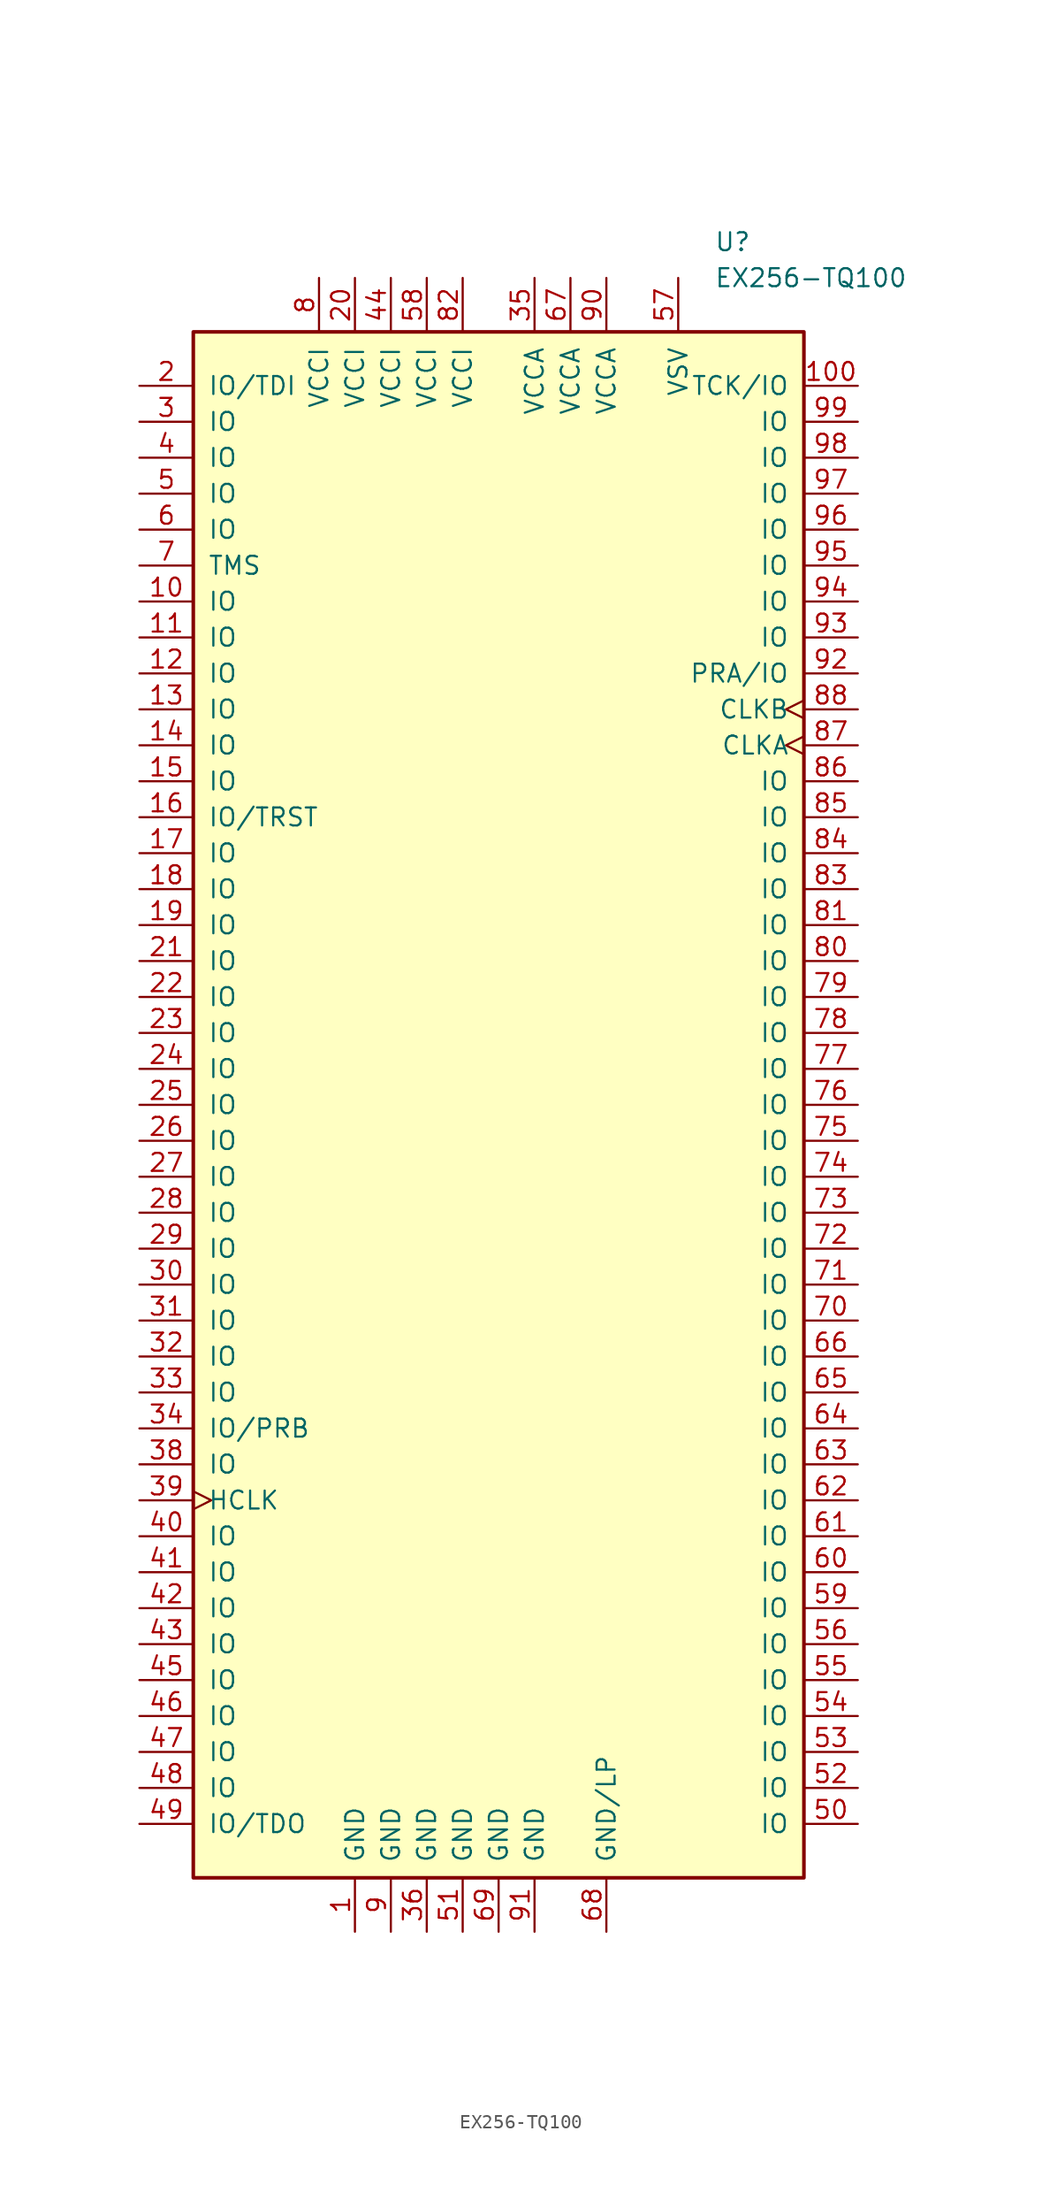
<source format=kicad_sym>
(kicad_symbol_lib
  (version 20201005)
  (generator kicad_symbol_editor)
  (symbol "EX256-TQ100"
    (pin_names
      (offset 1.016))
    (property "Reference" "U"
      (at 15.24 60.96 0)
      (effects (font (size 1.27 1.27)) (justify left)))
    (property "Value" "EX256-TQ100"
      (at 15.24 58.42 0)
      (effects (font (size 1.27 1.27)) (justify left)))
    (symbol "EX256-TQ100_0_1"
      (rectangle (start -21.59 54.61) (end 21.59 -54.61) (stroke (width 0.254)) (fill (type background))))
    (symbol "EX256-TQ100_1_1"
      (pin power_in line (at -10.16 -58.42 90) (length 3.81) (name "GND" (effects (font (size 1.27 1.27)))) (number "1" (effects (font (size 1.27 1.27)))))
      (pin bidirectional line (at -25.4 35.56 0) (length 3.81) (name "IO" (effects (font (size 1.27 1.27)))) (number "10" (effects (font (size 1.27 1.27)))))
      (pin bidirectional line (at 25.4 50.8 180) (length 3.81) (name "TCK/IO" (effects (font (size 1.27 1.27)))) (number "100" (effects (font (size 1.27 1.27)))))
      (pin bidirectional line (at -25.4 33.02 0) (length 3.81) (name "IO" (effects (font (size 1.27 1.27)))) (number "11" (effects (font (size 1.27 1.27)))))
      (pin bidirectional line (at -25.4 30.48 0) (length 3.81) (name "IO" (effects (font (size 1.27 1.27)))) (number "12" (effects (font (size 1.27 1.27)))))
      (pin bidirectional line (at -25.4 27.94 0) (length 3.81) (name "IO" (effects (font (size 1.27 1.27)))) (number "13" (effects (font (size 1.27 1.27)))))
      (pin bidirectional line (at -25.4 25.4 0) (length 3.81) (name "IO" (effects (font (size 1.27 1.27)))) (number "14" (effects (font (size 1.27 1.27)))))
      (pin bidirectional line (at -25.4 22.86 0) (length 3.81) (name "IO" (effects (font (size 1.27 1.27)))) (number "15" (effects (font (size 1.27 1.27)))))
      (pin bidirectional line (at -25.4 20.32 0) (length 3.81) (name "IO/TRST" (effects (font (size 1.27 1.27)))) (number "16" (effects (font (size 1.27 1.27)))))
      (pin bidirectional line (at -25.4 17.78 0) (length 3.81) (name "IO" (effects (font (size 1.27 1.27)))) (number "17" (effects (font (size 1.27 1.27)))))
      (pin bidirectional line (at -25.4 15.24 0) (length 3.81) (name "IO" (effects (font (size 1.27 1.27)))) (number "18" (effects (font (size 1.27 1.27)))))
      (pin bidirectional line (at -25.4 12.7 0) (length 3.81) (name "IO" (effects (font (size 1.27 1.27)))) (number "19" (effects (font (size 1.27 1.27)))))
      (pin bidirectional line (at -25.4 50.8 0) (length 3.81) (name "IO/TDI" (effects (font (size 1.27 1.27)))) (number "2" (effects (font (size 1.27 1.27)))))
      (pin power_in line (at -10.16 58.42 270) (length 3.81) (name "VCCI" (effects (font (size 1.27 1.27)))) (number "20" (effects (font (size 1.27 1.27)))))
      (pin bidirectional line (at -25.4 10.16 0) (length 3.81) (name "IO" (effects (font (size 1.27 1.27)))) (number "21" (effects (font (size 1.27 1.27)))))
      (pin bidirectional line (at -25.4 7.62 0) (length 3.81) (name "IO" (effects (font (size 1.27 1.27)))) (number "22" (effects (font (size 1.27 1.27)))))
      (pin bidirectional line (at -25.4 5.08 0) (length 3.81) (name "IO" (effects (font (size 1.27 1.27)))) (number "23" (effects (font (size 1.27 1.27)))))
      (pin bidirectional line (at -25.4 2.54 0) (length 3.81) (name "IO" (effects (font (size 1.27 1.27)))) (number "24" (effects (font (size 1.27 1.27)))))
      (pin bidirectional line (at -25.4 0 0) (length 3.81) (name "IO" (effects (font (size 1.27 1.27)))) (number "25" (effects (font (size 1.27 1.27)))))
      (pin bidirectional line (at -25.4 -2.54 0) (length 3.81) (name "IO" (effects (font (size 1.27 1.27)))) (number "26" (effects (font (size 1.27 1.27)))))
      (pin bidirectional line (at -25.4 -5.08 0) (length 3.81) (name "IO" (effects (font (size 1.27 1.27)))) (number "27" (effects (font (size 1.27 1.27)))))
      (pin bidirectional line (at -25.4 -7.62 0) (length 3.81) (name "IO" (effects (font (size 1.27 1.27)))) (number "28" (effects (font (size 1.27 1.27)))))
      (pin bidirectional line (at -25.4 -10.16 0) (length 3.81) (name "IO" (effects (font (size 1.27 1.27)))) (number "29" (effects (font (size 1.27 1.27)))))
      (pin bidirectional line (at -25.4 48.26 0) (length 3.81) (name "IO" (effects (font (size 1.27 1.27)))) (number "3" (effects (font (size 1.27 1.27)))))
      (pin bidirectional line (at -25.4 -12.7 0) (length 3.81) (name "IO" (effects (font (size 1.27 1.27)))) (number "30" (effects (font (size 1.27 1.27)))))
      (pin bidirectional line (at -25.4 -15.24 0) (length 3.81) (name "IO" (effects (font (size 1.27 1.27)))) (number "31" (effects (font (size 1.27 1.27)))))
      (pin bidirectional line (at -25.4 -17.78 0) (length 3.81) (name "IO" (effects (font (size 1.27 1.27)))) (number "32" (effects (font (size 1.27 1.27)))))
      (pin bidirectional line (at -25.4 -20.32 0) (length 3.81) (name "IO" (effects (font (size 1.27 1.27)))) (number "33" (effects (font (size 1.27 1.27)))))
      (pin bidirectional line (at -25.4 -22.86 0) (length 3.81) (name "IO/PRB" (effects (font (size 1.27 1.27)))) (number "34" (effects (font (size 1.27 1.27)))))
      (pin power_in line (at 2.54 58.42 270) (length 3.81) (name "VCCA" (effects (font (size 1.27 1.27)))) (number "35" (effects (font (size 1.27 1.27)))))
      (pin power_in line (at -5.08 -58.42 90) (length 3.81) (name "GND" (effects (font (size 1.27 1.27)))) (number "36" (effects (font (size 1.27 1.27)))))
      (pin bidirectional line (at -25.4 -25.4 0) (length 3.81) (name "IO" (effects (font (size 1.27 1.27)))) (number "38" (effects (font (size 1.27 1.27)))))
      (pin input clock (at -25.4 -27.94 0) (length 3.81) (name "HCLK" (effects (font (size 1.27 1.27)))) (number "39" (effects (font (size 1.27 1.27)))))
      (pin bidirectional line (at -25.4 45.72 0) (length 3.81) (name "IO" (effects (font (size 1.27 1.27)))) (number "4" (effects (font (size 1.27 1.27)))))
      (pin bidirectional line (at -25.4 -30.48 0) (length 3.81) (name "IO" (effects (font (size 1.27 1.27)))) (number "40" (effects (font (size 1.27 1.27)))))
      (pin bidirectional line (at -25.4 -33.02 0) (length 3.81) (name "IO" (effects (font (size 1.27 1.27)))) (number "41" (effects (font (size 1.27 1.27)))))
      (pin bidirectional line (at -25.4 -35.56 0) (length 3.81) (name "IO" (effects (font (size 1.27 1.27)))) (number "42" (effects (font (size 1.27 1.27)))))
      (pin bidirectional line (at -25.4 -38.1 0) (length 3.81) (name "IO" (effects (font (size 1.27 1.27)))) (number "43" (effects (font (size 1.27 1.27)))))
      (pin power_in line (at -7.62 58.42 270) (length 3.81) (name "VCCI" (effects (font (size 1.27 1.27)))) (number "44" (effects (font (size 1.27 1.27)))))
      (pin bidirectional line (at -25.4 -40.64 0) (length 3.81) (name "IO" (effects (font (size 1.27 1.27)))) (number "45" (effects (font (size 1.27 1.27)))))
      (pin bidirectional line (at -25.4 -43.18 0) (length 3.81) (name "IO" (effects (font (size 1.27 1.27)))) (number "46" (effects (font (size 1.27 1.27)))))
      (pin bidirectional line (at -25.4 -45.72 0) (length 3.81) (name "IO" (effects (font (size 1.27 1.27)))) (number "47" (effects (font (size 1.27 1.27)))))
      (pin bidirectional line (at -25.4 -48.26 0) (length 3.81) (name "IO" (effects (font (size 1.27 1.27)))) (number "48" (effects (font (size 1.27 1.27)))))
      (pin bidirectional line (at -25.4 -50.8 0) (length 3.81) (name "IO/TDO" (effects (font (size 1.27 1.27)))) (number "49" (effects (font (size 1.27 1.27)))))
      (pin bidirectional line (at -25.4 43.18 0) (length 3.81) (name "IO" (effects (font (size 1.27 1.27)))) (number "5" (effects (font (size 1.27 1.27)))))
      (pin bidirectional line (at 25.4 -50.8 180) (length 3.81) (name "IO" (effects (font (size 1.27 1.27)))) (number "50" (effects (font (size 1.27 1.27)))))
      (pin power_in line (at -2.54 -58.42 90) (length 3.81) (name "GND" (effects (font (size 1.27 1.27)))) (number "51" (effects (font (size 1.27 1.27)))))
      (pin bidirectional line (at 25.4 -48.26 180) (length 3.81) (name "IO" (effects (font (size 1.27 1.27)))) (number "52" (effects (font (size 1.27 1.27)))))
      (pin bidirectional line (at 25.4 -45.72 180) (length 3.81) (name "IO" (effects (font (size 1.27 1.27)))) (number "53" (effects (font (size 1.27 1.27)))))
      (pin bidirectional line (at 25.4 -43.18 180) (length 3.81) (name "IO" (effects (font (size 1.27 1.27)))) (number "54" (effects (font (size 1.27 1.27)))))
      (pin bidirectional line (at 25.4 -40.64 180) (length 3.81) (name "IO" (effects (font (size 1.27 1.27)))) (number "55" (effects (font (size 1.27 1.27)))))
      (pin bidirectional line (at 25.4 -38.1 180) (length 3.81) (name "IO" (effects (font (size 1.27 1.27)))) (number "56" (effects (font (size 1.27 1.27)))))
      (pin power_in line (at 12.7 58.42 270) (length 3.81) (name "VSV" (effects (font (size 1.27 1.27)))) (number "57" (effects (font (size 1.27 1.27)))))
      (pin power_in line (at -5.08 58.42 270) (length 3.81) (name "VCCI" (effects (font (size 1.27 1.27)))) (number "58" (effects (font (size 1.27 1.27)))))
      (pin bidirectional line (at 25.4 -35.56 180) (length 3.81) (name "IO" (effects (font (size 1.27 1.27)))) (number "59" (effects (font (size 1.27 1.27)))))
      (pin bidirectional line (at -25.4 40.64 0) (length 3.81) (name "IO" (effects (font (size 1.27 1.27)))) (number "6" (effects (font (size 1.27 1.27)))))
      (pin bidirectional line (at 25.4 -33.02 180) (length 3.81) (name "IO" (effects (font (size 1.27 1.27)))) (number "60" (effects (font (size 1.27 1.27)))))
      (pin bidirectional line (at 25.4 -30.48 180) (length 3.81) (name "IO" (effects (font (size 1.27 1.27)))) (number "61" (effects (font (size 1.27 1.27)))))
      (pin bidirectional line (at 25.4 -27.94 180) (length 3.81) (name "IO" (effects (font (size 1.27 1.27)))) (number "62" (effects (font (size 1.27 1.27)))))
      (pin bidirectional line (at 25.4 -25.4 180) (length 3.81) (name "IO" (effects (font (size 1.27 1.27)))) (number "63" (effects (font (size 1.27 1.27)))))
      (pin bidirectional line (at 25.4 -22.86 180) (length 3.81) (name "IO" (effects (font (size 1.27 1.27)))) (number "64" (effects (font (size 1.27 1.27)))))
      (pin bidirectional line (at 25.4 -20.32 180) (length 3.81) (name "IO" (effects (font (size 1.27 1.27)))) (number "65" (effects (font (size 1.27 1.27)))))
      (pin bidirectional line (at 25.4 -17.78 180) (length 3.81) (name "IO" (effects (font (size 1.27 1.27)))) (number "66" (effects (font (size 1.27 1.27)))))
      (pin power_in line (at 5.08 58.42 270) (length 3.81) (name "VCCA" (effects (font (size 1.27 1.27)))) (number "67" (effects (font (size 1.27 1.27)))))
      (pin power_in line (at 7.62 -58.42 90) (length 3.81) (name "GND/LP" (effects (font (size 1.27 1.27)))) (number "68" (effects (font (size 1.27 1.27)))))
      (pin power_in line (at 0 -58.42 90) (length 3.81) (name "GND" (effects (font (size 1.27 1.27)))) (number "69" (effects (font (size 1.27 1.27)))))
      (pin input line (at -25.4 38.1 0) (length 3.81) (name "TMS" (effects (font (size 1.27 1.27)))) (number "7" (effects (font (size 1.27 1.27)))))
      (pin bidirectional line (at 25.4 -15.24 180) (length 3.81) (name "IO" (effects (font (size 1.27 1.27)))) (number "70" (effects (font (size 1.27 1.27)))))
      (pin bidirectional line (at 25.4 -12.7 180) (length 3.81) (name "IO" (effects (font (size 1.27 1.27)))) (number "71" (effects (font (size 1.27 1.27)))))
      (pin bidirectional line (at 25.4 -10.16 180) (length 3.81) (name "IO" (effects (font (size 1.27 1.27)))) (number "72" (effects (font (size 1.27 1.27)))))
      (pin bidirectional line (at 25.4 -7.62 180) (length 3.81) (name "IO" (effects (font (size 1.27 1.27)))) (number "73" (effects (font (size 1.27 1.27)))))
      (pin bidirectional line (at 25.4 -5.08 180) (length 3.81) (name "IO" (effects (font (size 1.27 1.27)))) (number "74" (effects (font (size 1.27 1.27)))))
      (pin bidirectional line (at 25.4 -2.54 180) (length 3.81) (name "IO" (effects (font (size 1.27 1.27)))) (number "75" (effects (font (size 1.27 1.27)))))
      (pin bidirectional line (at 25.4 0 180) (length 3.81) (name "IO" (effects (font (size 1.27 1.27)))) (number "76" (effects (font (size 1.27 1.27)))))
      (pin bidirectional line (at 25.4 2.54 180) (length 3.81) (name "IO" (effects (font (size 1.27 1.27)))) (number "77" (effects (font (size 1.27 1.27)))))
      (pin bidirectional line (at 25.4 5.08 180) (length 3.81) (name "IO" (effects (font (size 1.27 1.27)))) (number "78" (effects (font (size 1.27 1.27)))))
      (pin bidirectional line (at 25.4 7.62 180) (length 3.81) (name "IO" (effects (font (size 1.27 1.27)))) (number "79" (effects (font (size 1.27 1.27)))))
      (pin power_in line (at -12.7 58.42 270) (length 3.81) (name "VCCI" (effects (font (size 1.27 1.27)))) (number "8" (effects (font (size 1.27 1.27)))))
      (pin bidirectional line (at 25.4 10.16 180) (length 3.81) (name "IO" (effects (font (size 1.27 1.27)))) (number "80" (effects (font (size 1.27 1.27)))))
      (pin bidirectional line (at 25.4 12.7 180) (length 3.81) (name "IO" (effects (font (size 1.27 1.27)))) (number "81" (effects (font (size 1.27 1.27)))))
      (pin power_in line (at -2.54 58.42 270) (length 3.81) (name "VCCI" (effects (font (size 1.27 1.27)))) (number "82" (effects (font (size 1.27 1.27)))))
      (pin bidirectional line (at 25.4 15.24 180) (length 3.81) (name "IO" (effects (font (size 1.27 1.27)))) (number "83" (effects (font (size 1.27 1.27)))))
      (pin bidirectional line (at 25.4 17.78 180) (length 3.81) (name "IO" (effects (font (size 1.27 1.27)))) (number "84" (effects (font (size 1.27 1.27)))))
      (pin bidirectional line (at 25.4 20.32 180) (length 3.81) (name "IO" (effects (font (size 1.27 1.27)))) (number "85" (effects (font (size 1.27 1.27)))))
      (pin bidirectional line (at 25.4 22.86 180) (length 3.81) (name "IO" (effects (font (size 1.27 1.27)))) (number "86" (effects (font (size 1.27 1.27)))))
      (pin input clock (at 25.4 25.4 180) (length 3.81) (name "CLKA" (effects (font (size 1.27 1.27)))) (number "87" (effects (font (size 1.27 1.27)))))
      (pin input clock (at 25.4 27.94 180) (length 3.81) (name "CLKB" (effects (font (size 1.27 1.27)))) (number "88" (effects (font (size 1.27 1.27)))))
      (pin power_in line (at -7.62 -58.42 90) (length 3.81) (name "GND" (effects (font (size 1.27 1.27)))) (number "9" (effects (font (size 1.27 1.27)))))
      (pin power_in line (at 7.62 58.42 270) (length 3.81) (name "VCCA" (effects (font (size 1.27 1.27)))) (number "90" (effects (font (size 1.27 1.27)))))
      (pin power_in line (at 2.54 -58.42 90) (length 3.81) (name "GND" (effects (font (size 1.27 1.27)))) (number "91" (effects (font (size 1.27 1.27)))))
      (pin bidirectional line (at 25.4 30.48 180) (length 3.81) (name "PRA/IO" (effects (font (size 1.27 1.27)))) (number "92" (effects (font (size 1.27 1.27)))))
      (pin bidirectional line (at 25.4 33.02 180) (length 3.81) (name "IO" (effects (font (size 1.27 1.27)))) (number "93" (effects (font (size 1.27 1.27)))))
      (pin bidirectional line (at 25.4 35.56 180) (length 3.81) (name "IO" (effects (font (size 1.27 1.27)))) (number "94" (effects (font (size 1.27 1.27)))))
      (pin bidirectional line (at 25.4 38.1 180) (length 3.81) (name "IO" (effects (font (size 1.27 1.27)))) (number "95" (effects (font (size 1.27 1.27)))))
      (pin bidirectional line (at 25.4 40.64 180) (length 3.81) (name "IO" (effects (font (size 1.27 1.27)))) (number "96" (effects (font (size 1.27 1.27)))))
      (pin bidirectional line (at 25.4 43.18 180) (length 3.81) (name "IO" (effects (font (size 1.27 1.27)))) (number "97" (effects (font (size 1.27 1.27)))))
      (pin bidirectional line (at 25.4 45.72 180) (length 3.81) (name "IO" (effects (font (size 1.27 1.27)))) (number "98" (effects (font (size 1.27 1.27)))))
      (pin bidirectional line (at 25.4 48.26 180) (length 3.81) (name "IO" (effects (font (size 1.27 1.27)))) (number "99" (effects (font (size 1.27 1.27))))))))
</source>
